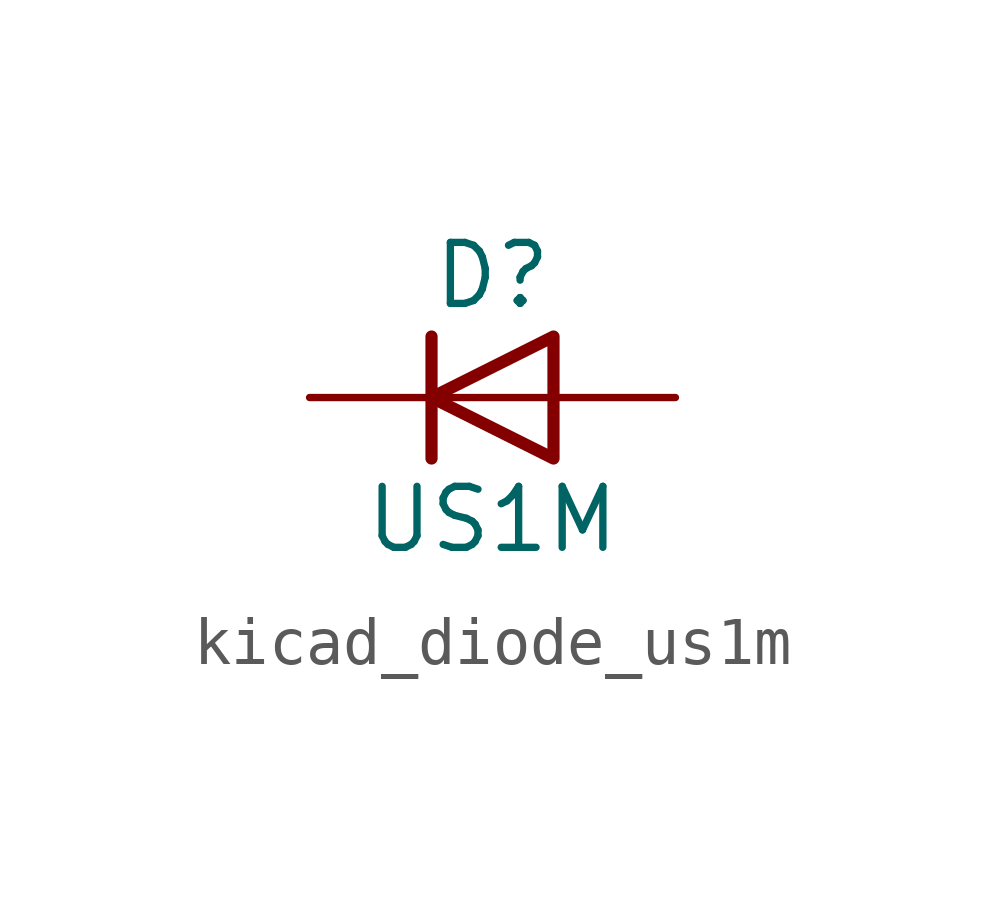
<source format=kicad_sym>
(kicad_symbol_lib
  (version 20220914)
  (generator kicad_symbol_editor)
  (symbol "kicad_diode_us1m"
    (pin_numbers hide)
    (pin_names hide)
    (property "Reference" "D"
      (at 0 2.54 0)
      (effects (font (size 1.27 1.27))))
    (property "Value" "US1M"
      (at 0 -2.54 0)
      (effects (font (size 1.27 1.27))))
    (symbol "kicad_diode_us1m_0_1"
      (polyline (pts (xy -1.27 1.27) (xy -1.27 -1.27)) (stroke (width 0.254) (type default)) (fill (type none)))
      (polyline (pts (xy 1.27 0) (xy -1.27 0)) (stroke (width 0) (type default)) (fill (type none)))
      (polyline (pts (xy 1.27 1.27) (xy 1.27 -1.27) (xy -1.27 0) (xy 1.27 1.27)) (stroke (width 0.254) (type default)) (fill (type none))))
    (symbol "kicad_diode_us1m_1_1"
      (pin passive line (at -3.81 0 0) (length 2.54) (name "K" (effects (font (size 1.27 1.27)))) (number "1" (effects (font (size 1.27 1.27)))))
      (pin passive line (at 3.81 0 180) (length 2.54) (name "A" (effects (font (size 1.27 1.27)))) (number "2" (effects (font (size 1.27 1.27))))))))
</source>
